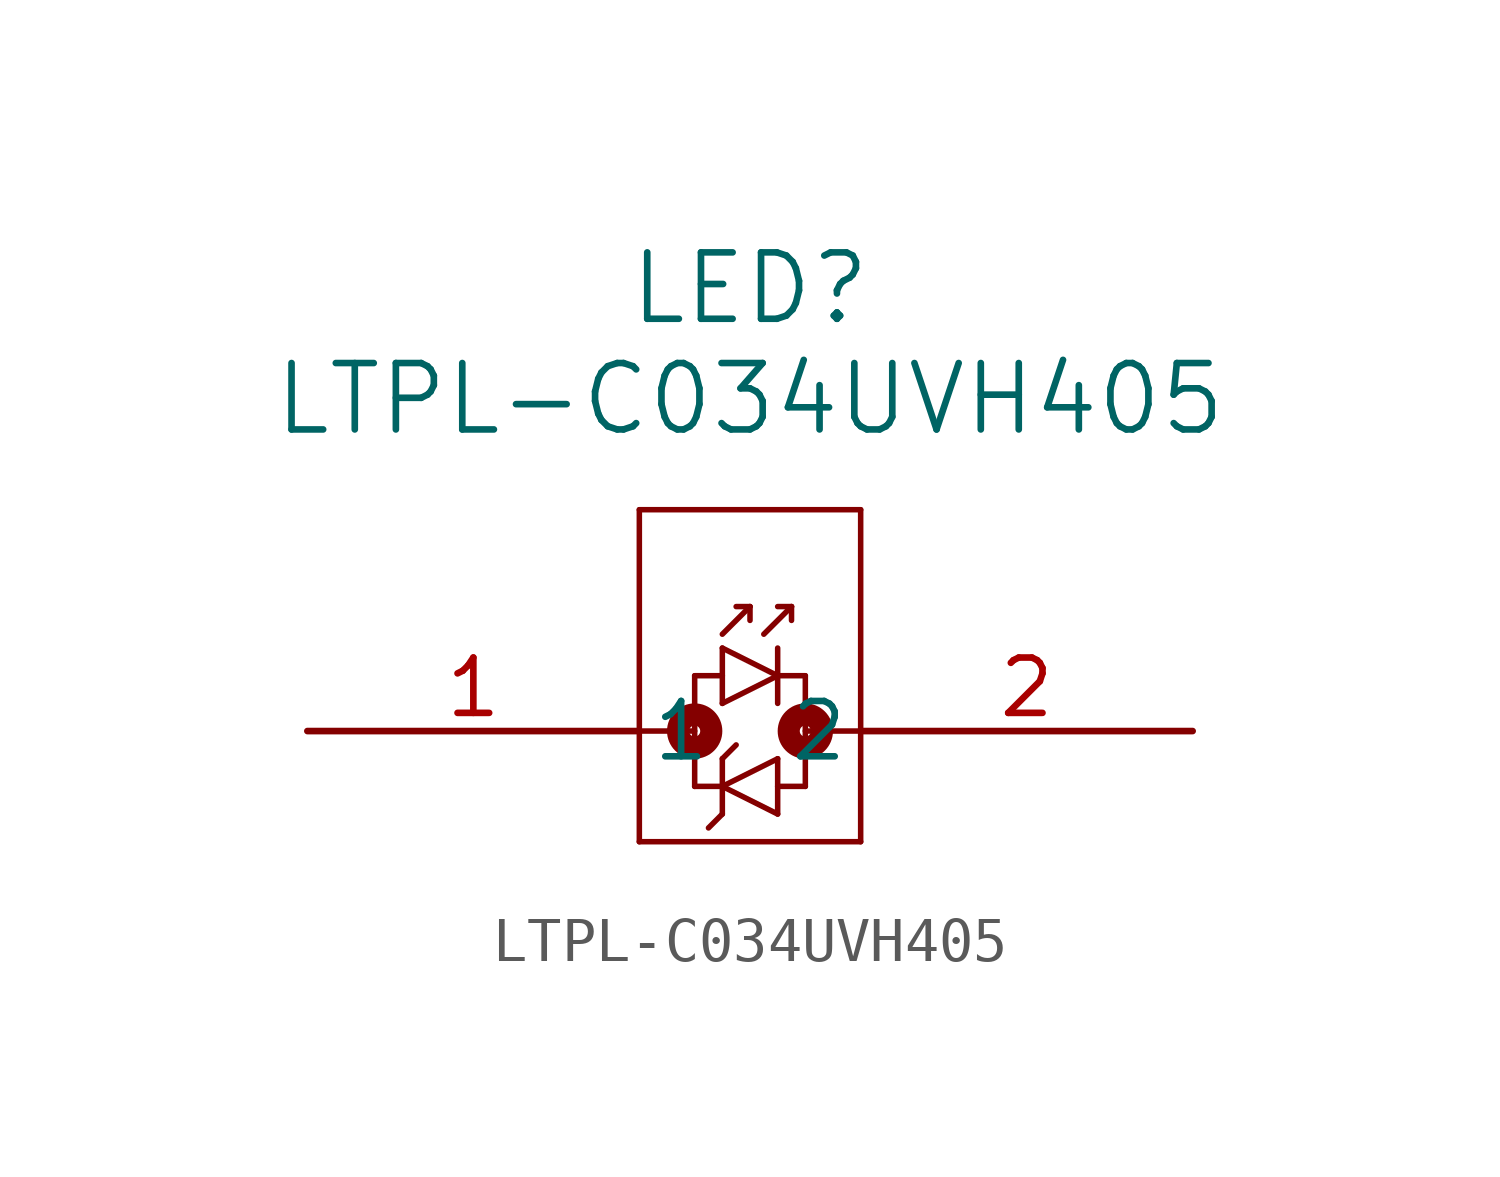
<source format=kicad_sym>
(kicad_symbol_lib
  (version 20211014)
  (generator kicad_symbol_editor)
  (symbol "LTPL-C034UVH405"
    (pin_names
      (offset 0.254))
    (property "Reference" "LED"
      (at 10.16 10.16 0)
      (effects (font (size 1.524 1.524))))
    (property "Value" "LTPL-C034UVH405"
      (at 10.16 7.62 0)
      (effects (font (size 1.524 1.524))))
    (symbol "LTPL-C034UVH405_0_1"
      (polyline (pts (xy 7.62 5.08) (xy 7.62 -2.54)) (stroke (width 0.127) (type default) (color 0 0 0 0)) (fill (type none)))
      (polyline (pts (xy 7.62 -2.54) (xy 12.7 -2.54)) (stroke (width 0.127) (type default) (color 0 0 0 0)) (fill (type none)))
      (polyline (pts (xy 12.7 -2.54) (xy 12.7 5.08)) (stroke (width 0.127) (type default) (color 0 0 0 0)) (fill (type none)))
      (polyline (pts (xy 12.7 5.08) (xy 7.62 5.08)) (stroke (width 0.127) (type default) (color 0 0 0 0)) (fill (type none)))
      (polyline (pts (xy 7.62 0) (xy 8.89 0)) (stroke (width 0.127) (type default) (color 0 0 0 0)) (fill (type none)))
      (polyline (pts (xy 8.89 1.27) (xy 8.89 -1.27)) (stroke (width 0.127) (type default) (color 0 0 0 0)) (fill (type none)))
      (polyline (pts (xy 8.89 1.27) (xy 9.525 1.27)) (stroke (width 0.127) (type default) (color 0 0 0 0)) (fill (type none)))
      (polyline (pts (xy 8.89 -1.27) (xy 9.525 -1.27)) (stroke (width 0.127) (type default) (color 0 0 0 0)) (fill (type none)))
      (polyline (pts (xy 9.525 1.905) (xy 9.525 0.635)) (stroke (width 0.127) (type default) (color 0 0 0 0)) (fill (type none)))
      (polyline (pts (xy 9.525 0.635) (xy 10.795 1.27)) (stroke (width 0.127) (type default) (color 0 0 0 0)) (fill (type none)))
      (polyline (pts (xy 10.795 1.27) (xy 9.525 1.905)) (stroke (width 0.127) (type default) (color 0 0 0 0)) (fill (type none)))
      (polyline (pts (xy 10.795 1.905) (xy 10.795 0.635)) (stroke (width 0.127) (type default) (color 0 0 0 0)) (fill (type none)))
      (polyline (pts (xy 9.525 -0.635) (xy 9.525 -1.905)) (stroke (width 0.127) (type default) (color 0 0 0 0)) (fill (type none)))
      (polyline (pts (xy 9.525 -1.27) (xy 10.795 -1.905)) (stroke (width 0.127) (type default) (color 0 0 0 0)) (fill (type none)))
      (polyline (pts (xy 10.795 -1.905) (xy 10.795 -0.635)) (stroke (width 0.127) (type default) (color 0 0 0 0)) (fill (type none)))
      (polyline (pts (xy 10.795 -0.635) (xy 9.525 -1.27)) (stroke (width 0.127) (type default) (color 0 0 0 0)) (fill (type none)))
      (polyline (pts (xy 9.525 -0.635) (xy 9.842 -0.318)) (stroke (width 0.127) (type default) (color 0 0 0 0)) (fill (type none)))
      (polyline (pts (xy 9.525 -1.905) (xy 9.207 -2.223)) (stroke (width 0.127) (type default) (color 0 0 0 0)) (fill (type none)))
      (polyline (pts (xy 10.795 1.27) (xy 11.43 1.27)) (stroke (width 0.127) (type default) (color 0 0 0 0)) (fill (type none)))
      (polyline (pts (xy 11.43 1.27) (xy 11.43 -1.27)) (stroke (width 0.127) (type default) (color 0 0 0 0)) (fill (type none)))
      (polyline (pts (xy 11.43 -1.27) (xy 10.795 -1.27)) (stroke (width 0.127) (type default) (color 0 0 0 0)) (fill (type none)))
      (circle (center 8.89 0) (radius 0.127) (stroke (width 0.508) (type default) (color 0 0 0 0)) (fill (type none)))
      (polyline (pts (xy 11.43 0) (xy 12.7 0)) (stroke (width 0.127) (type default) (color 0 0 0 0)) (fill (type none)))
      (circle (center 11.43 0) (radius 0.127) (stroke (width 0.508) (type default) (color 0 0 0 0)) (fill (type none)))
      (polyline (pts (xy 9.525 2.223) (xy 10.16 2.857)) (stroke (width 0.127) (type default) (color 0 0 0 0)) (fill (type none)))
      (polyline (pts (xy 10.16 2.857) (xy 9.842 2.857)) (stroke (width 0.127) (type default) (color 0 0 0 0)) (fill (type none)))
      (polyline (pts (xy 10.16 2.857) (xy 10.16 2.54)) (stroke (width 0.127) (type default) (color 0 0 0 0)) (fill (type none)))
      (polyline (pts (xy 10.477 2.223) (xy 11.113 2.857)) (stroke (width 0.127) (type default) (color 0 0 0 0)) (fill (type none)))
      (polyline (pts (xy 11.113 2.857) (xy 10.795 2.857)) (stroke (width 0.127) (type default) (color 0 0 0 0)) (fill (type none)))
      (polyline (pts (xy 11.113 2.857) (xy 11.113 2.54)) (stroke (width 0.127) (type default) (color 0 0 0 0)) (fill (type none)))
      (pin unspecified line (at 0 0 0) (length 7.62) (name "1" (effects (font (size 1.27 1.27)))) (number "1" (effects (font (size 1.27 1.27)))))
      (pin unspecified line (at 20.32 0 180) (length 7.62) (name "2" (effects (font (size 1.27 1.27)))) (number "2" (effects (font (size 1.27 1.27))))))))
</source>
